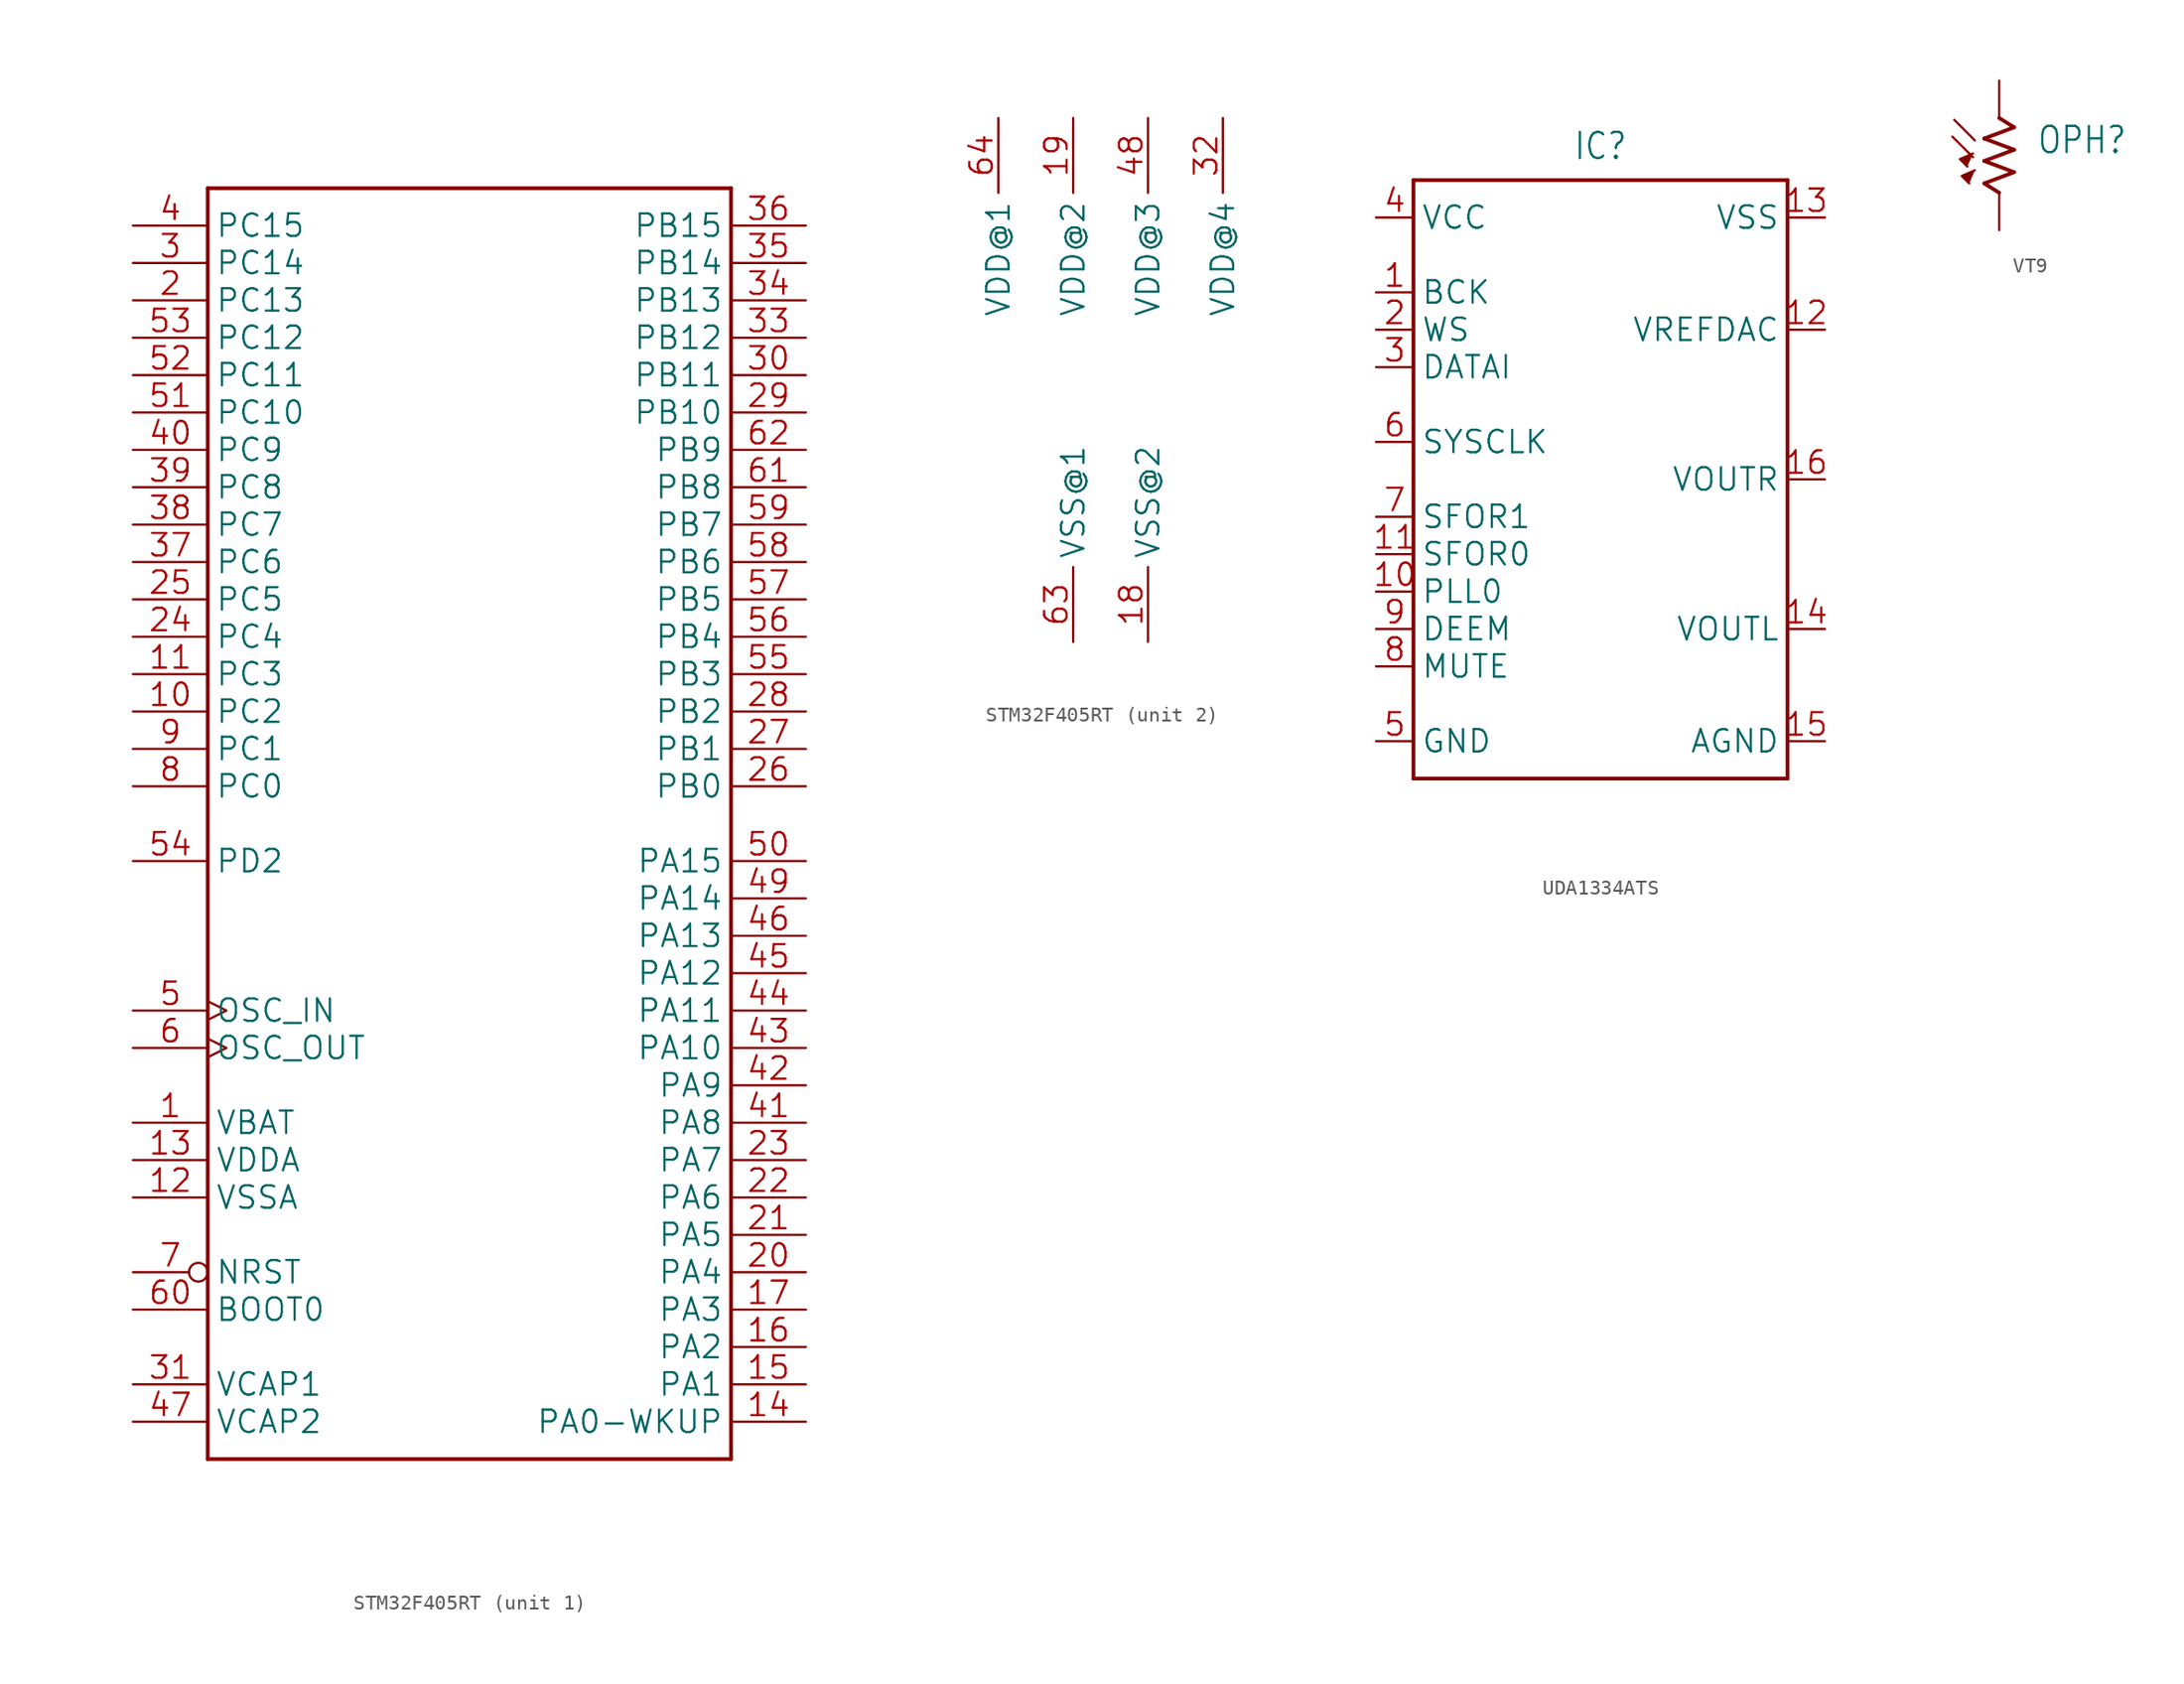
<source format=kicad_sym>
(kicad_symbol_lib
  (version 20241209)
  (generator "kicad_symbol_editor")
  (generator_version "9.0")
  (symbol "STM32F405RT"
    (property "Reference" "IC"
      (at -5.08 45.72 0)
      (effects (font (size 1.778 1.511)) (justify left bottom) (hide yes)))
    (property "ki_locked" ""
      (at 0 0 0)
      (effects (font (size 1.27 1.27))))
    (symbol "STM32F405RT_1_0"
      (polyline (pts (xy -17.78 43.18) (xy 17.78 43.18)) (stroke (width 0.254) (type solid)) (fill (type none)))
      (polyline (pts (xy -17.78 -43.18) (xy -17.78 43.18)) (stroke (width 0.254) (type solid)) (fill (type none)))
      (polyline (pts (xy 17.78 43.18) (xy 17.78 -43.18)) (stroke (width 0.254) (type solid)) (fill (type none)))
      (polyline (pts (xy 17.78 -43.18) (xy -17.78 -43.18)) (stroke (width 0.254) (type solid)) (fill (type none)))
      (pin bidirectional line (at -22.86 40.64 0) (length 5.08) (name "PC15" (effects (font (size 1.524 1.524)))) (number "4" (effects (font (size 1.524 1.524)))))
      (pin bidirectional line (at -22.86 38.1 0) (length 5.08) (name "PC14" (effects (font (size 1.524 1.524)))) (number "3" (effects (font (size 1.524 1.524)))))
      (pin bidirectional line (at -22.86 35.56 0) (length 5.08) (name "PC13" (effects (font (size 1.524 1.524)))) (number "2" (effects (font (size 1.524 1.524)))))
      (pin bidirectional line (at -22.86 33.02 0) (length 5.08) (name "PC12" (effects (font (size 1.524 1.524)))) (number "53" (effects (font (size 1.524 1.524)))))
      (pin bidirectional line (at -22.86 30.48 0) (length 5.08) (name "PC11" (effects (font (size 1.524 1.524)))) (number "52" (effects (font (size 1.524 1.524)))))
      (pin bidirectional line (at -22.86 27.94 0) (length 5.08) (name "PC10" (effects (font (size 1.524 1.524)))) (number "51" (effects (font (size 1.524 1.524)))))
      (pin bidirectional line (at -22.86 25.4 0) (length 5.08) (name "PC9" (effects (font (size 1.524 1.524)))) (number "40" (effects (font (size 1.524 1.524)))))
      (pin bidirectional line (at -22.86 22.86 0) (length 5.08) (name "PC8" (effects (font (size 1.524 1.524)))) (number "39" (effects (font (size 1.524 1.524)))))
      (pin bidirectional line (at -22.86 20.32 0) (length 5.08) (name "PC7" (effects (font (size 1.524 1.524)))) (number "38" (effects (font (size 1.524 1.524)))))
      (pin bidirectional line (at -22.86 17.78 0) (length 5.08) (name "PC6" (effects (font (size 1.524 1.524)))) (number "37" (effects (font (size 1.524 1.524)))))
      (pin bidirectional line (at -22.86 15.24 0) (length 5.08) (name "PC5" (effects (font (size 1.524 1.524)))) (number "25" (effects (font (size 1.524 1.524)))))
      (pin bidirectional line (at -22.86 12.7 0) (length 5.08) (name "PC4" (effects (font (size 1.524 1.524)))) (number "24" (effects (font (size 1.524 1.524)))))
      (pin bidirectional line (at -22.86 10.16 0) (length 5.08) (name "PC3" (effects (font (size 1.524 1.524)))) (number "11" (effects (font (size 1.524 1.524)))))
      (pin bidirectional line (at -22.86 7.62 0) (length 5.08) (name "PC2" (effects (font (size 1.524 1.524)))) (number "10" (effects (font (size 1.524 1.524)))))
      (pin bidirectional line (at -22.86 5.08 0) (length 5.08) (name "PC1" (effects (font (size 1.524 1.524)))) (number "9" (effects (font (size 1.524 1.524)))))
      (pin bidirectional line (at -22.86 2.54 0) (length 5.08) (name "PC0" (effects (font (size 1.524 1.524)))) (number "8" (effects (font (size 1.524 1.524)))))
      (pin bidirectional line (at -22.86 -2.54 0) (length 5.08) (name "PD2" (effects (font (size 1.524 1.524)))) (number "54" (effects (font (size 1.524 1.524)))))
      (pin bidirectional clock (at -22.86 -12.7 0) (length 5.08) (name "OSC_IN" (effects (font (size 1.524 1.524)))) (number "5" (effects (font (size 1.524 1.524)))))
      (pin bidirectional clock (at -22.86 -15.24 0) (length 5.08) (name "OSC_OUT" (effects (font (size 1.524 1.524)))) (number "6" (effects (font (size 1.524 1.524)))))
      (pin power_in line (at -22.86 -20.32 0) (length 5.08) (name "VBAT" (effects (font (size 1.524 1.524)))) (number "1" (effects (font (size 1.524 1.524)))))
      (pin power_in line (at -22.86 -22.86 0) (length 5.08) (name "VDDA" (effects (font (size 1.524 1.524)))) (number "13" (effects (font (size 1.524 1.524)))))
      (pin power_in line (at -22.86 -25.4 0) (length 5.08) (name "VSSA" (effects (font (size 1.524 1.524)))) (number "12" (effects (font (size 1.524 1.524)))))
      (pin bidirectional inverted (at -22.86 -30.48 0) (length 5.08) (name "NRST" (effects (font (size 1.524 1.524)))) (number "7" (effects (font (size 1.524 1.524)))))
      (pin input line (at -22.86 -33.02 0) (length 5.08) (name "BOOT0" (effects (font (size 1.524 1.524)))) (number "60" (effects (font (size 1.524 1.524)))))
      (pin power_in line (at -22.86 -38.1 0) (length 5.08) (name "VCAP1" (effects (font (size 1.524 1.524)))) (number "31" (effects (font (size 1.524 1.524)))))
      (pin power_in line (at -22.86 -40.64 0) (length 5.08) (name "VCAP2" (effects (font (size 1.524 1.524)))) (number "47" (effects (font (size 1.524 1.524)))))
      (pin bidirectional line (at 22.86 40.64 180) (length 5.08) (name "PB15" (effects (font (size 1.524 1.524)))) (number "36" (effects (font (size 1.524 1.524)))))
      (pin bidirectional line (at 22.86 38.1 180) (length 5.08) (name "PB14" (effects (font (size 1.524 1.524)))) (number "35" (effects (font (size 1.524 1.524)))))
      (pin bidirectional line (at 22.86 35.56 180) (length 5.08) (name "PB13" (effects (font (size 1.524 1.524)))) (number "34" (effects (font (size 1.524 1.524)))))
      (pin bidirectional line (at 22.86 33.02 180) (length 5.08) (name "PB12" (effects (font (size 1.524 1.524)))) (number "33" (effects (font (size 1.524 1.524)))))
      (pin bidirectional line (at 22.86 30.48 180) (length 5.08) (name "PB11" (effects (font (size 1.524 1.524)))) (number "30" (effects (font (size 1.524 1.524)))))
      (pin bidirectional line (at 22.86 27.94 180) (length 5.08) (name "PB10" (effects (font (size 1.524 1.524)))) (number "29" (effects (font (size 1.524 1.524)))))
      (pin bidirectional line (at 22.86 25.4 180) (length 5.08) (name "PB9" (effects (font (size 1.524 1.524)))) (number "62" (effects (font (size 1.524 1.524)))))
      (pin bidirectional line (at 22.86 22.86 180) (length 5.08) (name "PB8" (effects (font (size 1.524 1.524)))) (number "61" (effects (font (size 1.524 1.524)))))
      (pin bidirectional line (at 22.86 20.32 180) (length 5.08) (name "PB7" (effects (font (size 1.524 1.524)))) (number "59" (effects (font (size 1.524 1.524)))))
      (pin bidirectional line (at 22.86 17.78 180) (length 5.08) (name "PB6" (effects (font (size 1.524 1.524)))) (number "58" (effects (font (size 1.524 1.524)))))
      (pin bidirectional line (at 22.86 15.24 180) (length 5.08) (name "PB5" (effects (font (size 1.524 1.524)))) (number "57" (effects (font (size 1.524 1.524)))))
      (pin bidirectional line (at 22.86 12.7 180) (length 5.08) (name "PB4" (effects (font (size 1.524 1.524)))) (number "56" (effects (font (size 1.524 1.524)))))
      (pin bidirectional line (at 22.86 10.16 180) (length 5.08) (name "PB3" (effects (font (size 1.524 1.524)))) (number "55" (effects (font (size 1.524 1.524)))))
      (pin bidirectional line (at 22.86 7.62 180) (length 5.08) (name "PB2" (effects (font (size 1.524 1.524)))) (number "28" (effects (font (size 1.524 1.524)))))
      (pin bidirectional line (at 22.86 5.08 180) (length 5.08) (name "PB1" (effects (font (size 1.524 1.524)))) (number "27" (effects (font (size 1.524 1.524)))))
      (pin bidirectional line (at 22.86 2.54 180) (length 5.08) (name "PB0" (effects (font (size 1.524 1.524)))) (number "26" (effects (font (size 1.524 1.524)))))
      (pin bidirectional line (at 22.86 -2.54 180) (length 5.08) (name "PA15" (effects (font (size 1.524 1.524)))) (number "50" (effects (font (size 1.524 1.524)))))
      (pin bidirectional line (at 22.86 -5.08 180) (length 5.08) (name "PA14" (effects (font (size 1.524 1.524)))) (number "49" (effects (font (size 1.524 1.524)))))
      (pin bidirectional line (at 22.86 -7.62 180) (length 5.08) (name "PA13" (effects (font (size 1.524 1.524)))) (number "46" (effects (font (size 1.524 1.524)))))
      (pin bidirectional line (at 22.86 -10.16 180) (length 5.08) (name "PA12" (effects (font (size 1.524 1.524)))) (number "45" (effects (font (size 1.524 1.524)))))
      (pin bidirectional line (at 22.86 -12.7 180) (length 5.08) (name "PA11" (effects (font (size 1.524 1.524)))) (number "44" (effects (font (size 1.524 1.524)))))
      (pin bidirectional line (at 22.86 -15.24 180) (length 5.08) (name "PA10" (effects (font (size 1.524 1.524)))) (number "43" (effects (font (size 1.524 1.524)))))
      (pin bidirectional line (at 22.86 -17.78 180) (length 5.08) (name "PA9" (effects (font (size 1.524 1.524)))) (number "42" (effects (font (size 1.524 1.524)))))
      (pin bidirectional line (at 22.86 -20.32 180) (length 5.08) (name "PA8" (effects (font (size 1.524 1.524)))) (number "41" (effects (font (size 1.524 1.524)))))
      (pin bidirectional line (at 22.86 -22.86 180) (length 5.08) (name "PA7" (effects (font (size 1.524 1.524)))) (number "23" (effects (font (size 1.524 1.524)))))
      (pin bidirectional line (at 22.86 -25.4 180) (length 5.08) (name "PA6" (effects (font (size 1.524 1.524)))) (number "22" (effects (font (size 1.524 1.524)))))
      (pin bidirectional line (at 22.86 -27.94 180) (length 5.08) (name "PA5" (effects (font (size 1.524 1.524)))) (number "21" (effects (font (size 1.524 1.524)))))
      (pin bidirectional line (at 22.86 -30.48 180) (length 5.08) (name "PA4" (effects (font (size 1.524 1.524)))) (number "20" (effects (font (size 1.524 1.524)))))
      (pin bidirectional line (at 22.86 -33.02 180) (length 5.08) (name "PA3" (effects (font (size 1.524 1.524)))) (number "17" (effects (font (size 1.524 1.524)))))
      (pin bidirectional line (at 22.86 -35.56 180) (length 5.08) (name "PA2" (effects (font (size 1.524 1.524)))) (number "16" (effects (font (size 1.524 1.524)))))
      (pin bidirectional line (at 22.86 -38.1 180) (length 5.08) (name "PA1" (effects (font (size 1.524 1.524)))) (number "15" (effects (font (size 1.524 1.524)))))
      (pin bidirectional line (at 22.86 -40.64 180) (length 5.08) (name "PA0-WKUP" (effects (font (size 1.524 1.524)))) (number "14" (effects (font (size 1.524 1.524))))))
    (symbol "STM32F405RT_2_0"
      (pin power_in line (at -7.62 17.78 270) (length 5.08) (name "VDD@1" (effects (font (size 1.524 1.524)))) (number "64" (effects (font (size 1.524 1.524)))))
      (pin power_in line (at -2.54 17.78 270) (length 5.08) (name "VDD@2" (effects (font (size 1.524 1.524)))) (number "19" (effects (font (size 1.524 1.524)))))
      (pin power_in line (at -2.54 -17.78 90) (length 5.08) (name "VSS@1" (effects (font (size 1.524 1.524)))) (number "63" (effects (font (size 1.524 1.524)))))
      (pin power_in line (at 2.54 17.78 270) (length 5.08) (name "VDD@3" (effects (font (size 1.524 1.524)))) (number "48" (effects (font (size 1.524 1.524)))))
      (pin power_in line (at 2.54 -17.78 90) (length 5.08) (name "VSS@2" (effects (font (size 1.524 1.524)))) (number "18" (effects (font (size 1.524 1.524)))))
      (pin power_in line (at 7.62 17.78 270) (length 5.08) (name "VDD@4" (effects (font (size 1.524 1.524)))) (number "32" (effects (font (size 1.524 1.524)))))))
  (symbol "UDA1334ATS"
    (property "Reference" "IC"
      (at 0 21.59 0)
      (effects (font (size 1.778 1.511)) (justify bottom)))
    (property "Value" ""
      (at 0 -21.59 0)
      (effects (font (size 1.778 1.511)) (justify top)))
    (property "ki_locked" ""
      (at 0 0 0)
      (effects (font (size 1.27 1.27))))
    (symbol "UDA1334ATS_1_0"
      (polyline (pts (xy -12.7 20.32) (xy 12.7 20.32)) (stroke (width 0.254) (type solid)) (fill (type none)))
      (polyline (pts (xy -12.7 -20.32) (xy -12.7 20.32)) (stroke (width 0.254) (type solid)) (fill (type none)))
      (polyline (pts (xy 12.7 20.32) (xy 12.7 -20.32)) (stroke (width 0.254) (type solid)) (fill (type none)))
      (polyline (pts (xy 12.7 -20.32) (xy -12.7 -20.32)) (stroke (width 0.254) (type solid)) (fill (type none)))
      (pin power_in line (at -15.24 17.78 0) (length 2.54) (name "VCC" (effects (font (size 1.524 1.524)))) (number "4" (effects (font (size 1.524 1.524)))))
      (pin input line (at -15.24 12.7 0) (length 2.54) (name "BCK" (effects (font (size 1.524 1.524)))) (number "1" (effects (font (size 1.524 1.524)))))
      (pin input line (at -15.24 10.16 0) (length 2.54) (name "WS" (effects (font (size 1.524 1.524)))) (number "2" (effects (font (size 1.524 1.524)))))
      (pin input line (at -15.24 7.62 0) (length 2.54) (name "DATAI" (effects (font (size 1.524 1.524)))) (number "3" (effects (font (size 1.524 1.524)))))
      (pin input line (at -15.24 2.54 0) (length 2.54) (name "SYSCLK" (effects (font (size 1.524 1.524)))) (number "6" (effects (font (size 1.524 1.524)))))
      (pin input line (at -15.24 -2.54 0) (length 2.54) (name "SFOR1" (effects (font (size 1.524 1.524)))) (number "7" (effects (font (size 1.524 1.524)))))
      (pin input line (at -15.24 -5.08 0) (length 2.54) (name "SFOR0" (effects (font (size 1.524 1.524)))) (number "11" (effects (font (size 1.524 1.524)))))
      (pin input line (at -15.24 -7.62 0) (length 2.54) (name "PLL0" (effects (font (size 1.524 1.524)))) (number "10" (effects (font (size 1.524 1.524)))))
      (pin input line (at -15.24 -10.16 0) (length 2.54) (name "DEEM" (effects (font (size 1.524 1.524)))) (number "9" (effects (font (size 1.524 1.524)))))
      (pin input line (at -15.24 -12.7 0) (length 2.54) (name "MUTE" (effects (font (size 1.524 1.524)))) (number "8" (effects (font (size 1.524 1.524)))))
      (pin power_in line (at -15.24 -17.78 0) (length 2.54) (name "GND" (effects (font (size 1.524 1.524)))) (number "5" (effects (font (size 1.524 1.524)))))
      (pin power_in line (at 15.24 17.78 180) (length 2.54) (name "VSS" (effects (font (size 1.524 1.524)))) (number "13" (effects (font (size 1.524 1.524)))))
      (pin input line (at 15.24 10.16 180) (length 2.54) (name "VREFDAC" (effects (font (size 1.524 1.524)))) (number "12" (effects (font (size 1.524 1.524)))))
      (pin output line (at 15.24 0 180) (length 2.54) (name "VOUTR" (effects (font (size 1.524 1.524)))) (number "16" (effects (font (size 1.524 1.524)))))
      (pin output line (at 15.24 -10.16 180) (length 2.54) (name "VOUTL" (effects (font (size 1.524 1.524)))) (number "14" (effects (font (size 1.524 1.524)))))
      (pin power_in line (at 15.24 -17.78 180) (length 2.54) (name "AGND" (effects (font (size 1.524 1.524)))) (number "15" (effects (font (size 1.524 1.524)))))))
  (symbol "VT9"
    (property "Reference" "OPH"
      (at 2.54 0 0)
      (effects (font (size 1.778 1.511)) (justify left bottom)))
    (property "Value" ""
      (at 2.54 -2.54 0)
      (effects (font (size 1.778 1.511)) (justify left bottom)))
    (property "ki_locked" ""
      (at 0 0 0)
      (effects (font (size 1.27 1.27))))
    (symbol "VT9_1_0"
      (polyline (pts (xy -3.175 1.27) (xy -1.778 -0.127)) (stroke (width 0.152) (type solid)) (fill (type none)))
      (polyline (pts (xy -3.048 2.413) (xy -1.651 1.016)) (stroke (width 0.152) (type solid)) (fill (type none)))
      (polyline (pts (xy -1.778 0.127) (xy -2.667 -0.254) (xy -2.159 -0.762)) (stroke (width 0.152) (type solid)) (fill (type outline)))
      (polyline (pts (xy -1.651 -1.016) (xy -2.54 -1.397) (xy -2.032 -1.905)) (stroke (width 0.152) (type solid)) (fill (type outline)))
      (polyline (pts (xy -1.016 1.143) (xy 1.016 1.905)) (stroke (width 0.254) (type solid)) (fill (type none)))
      (polyline (pts (xy -1.016 -0.381) (xy 1.016 0.381)) (stroke (width 0.254) (type solid)) (fill (type none)))
      (polyline (pts (xy -1.016 -1.905) (xy 1.016 -1.143)) (stroke (width 0.254) (type solid)) (fill (type none)))
      (polyline (pts (xy 0 2.54) (xy 1.016 1.905)) (stroke (width 0.254) (type solid)) (fill (type none)))
      (polyline (pts (xy 0 -2.54) (xy -1.016 -1.905)) (stroke (width 0.254) (type solid)) (fill (type none)))
      (polyline (pts (xy 1.016 0.381) (xy -1.016 1.143)) (stroke (width 0.254) (type solid)) (fill (type none)))
      (polyline (pts (xy 1.016 -1.143) (xy -1.016 -0.381)) (stroke (width 0.254) (type solid)) (fill (type none)))
      (pin passive line (at 0 5.08 270) (length 2.54) (name "1" (effects (font (size 0 0)))) (number "1" (effects (font (size 0 0)))))
      (pin passive line (at 0 -5.08 90) (length 2.54) (name "2" (effects (font (size 0 0)))) (number "2" (effects (font (size 0 0))))))))
</source>
